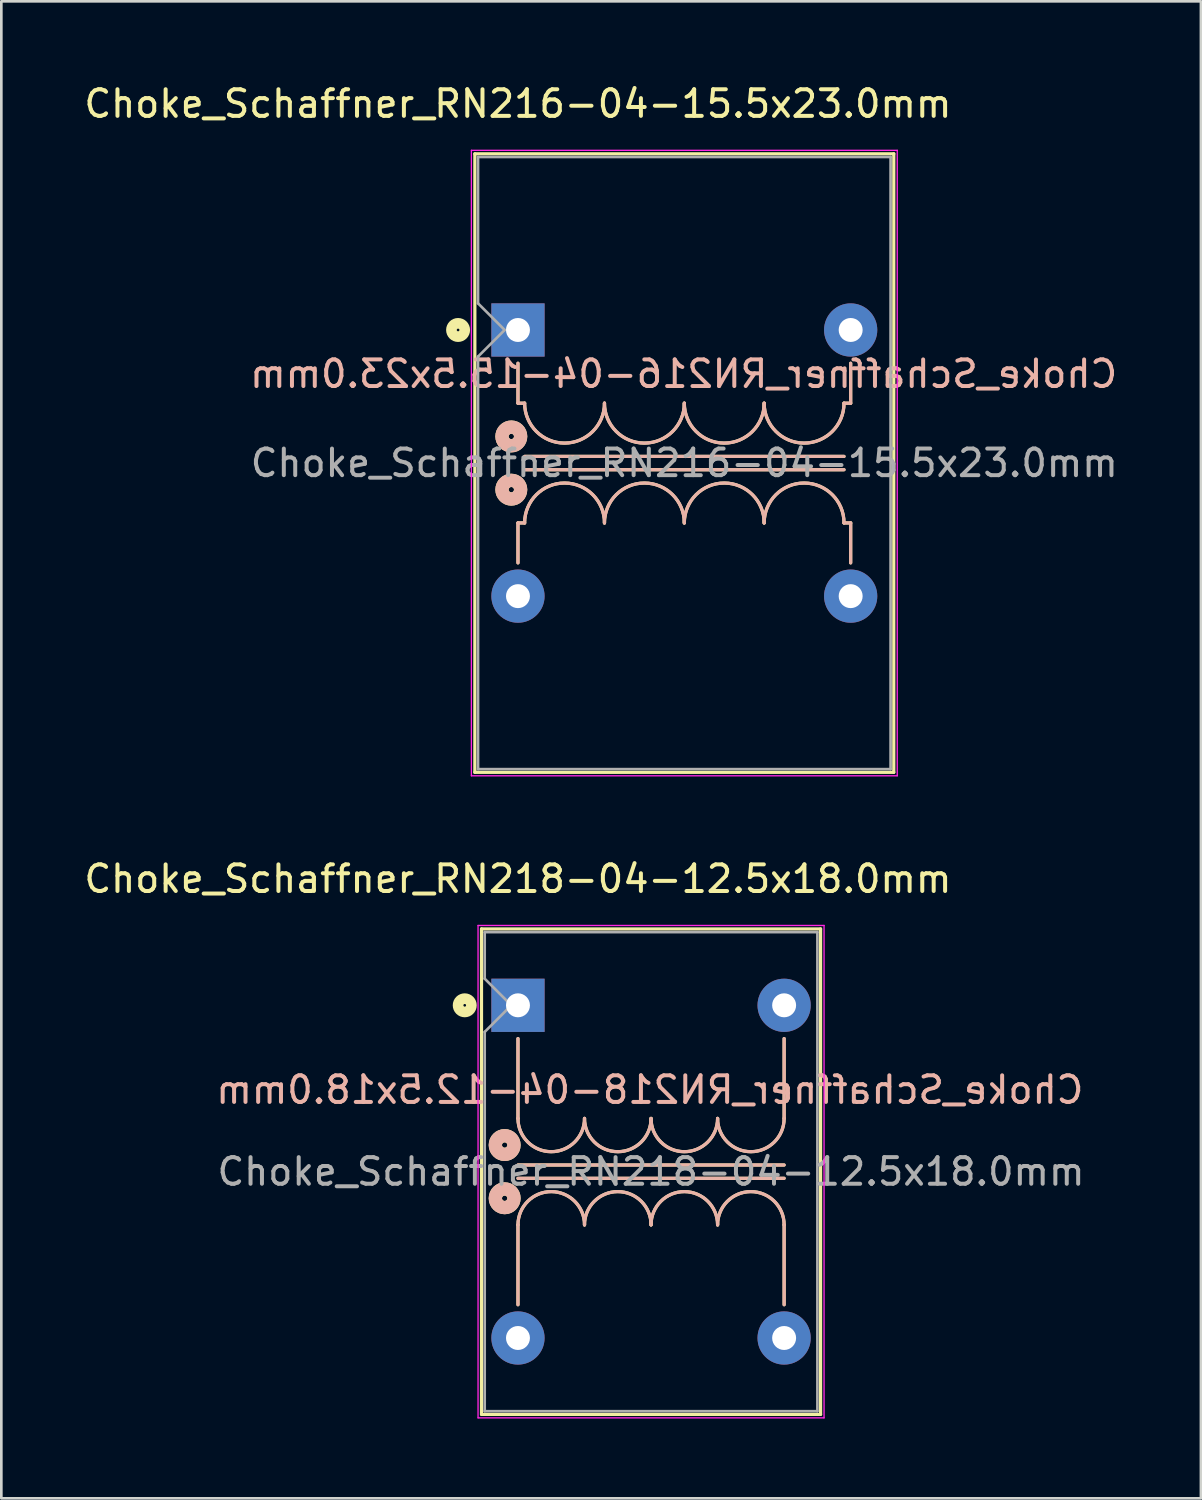
<source format=kicad_pcb>
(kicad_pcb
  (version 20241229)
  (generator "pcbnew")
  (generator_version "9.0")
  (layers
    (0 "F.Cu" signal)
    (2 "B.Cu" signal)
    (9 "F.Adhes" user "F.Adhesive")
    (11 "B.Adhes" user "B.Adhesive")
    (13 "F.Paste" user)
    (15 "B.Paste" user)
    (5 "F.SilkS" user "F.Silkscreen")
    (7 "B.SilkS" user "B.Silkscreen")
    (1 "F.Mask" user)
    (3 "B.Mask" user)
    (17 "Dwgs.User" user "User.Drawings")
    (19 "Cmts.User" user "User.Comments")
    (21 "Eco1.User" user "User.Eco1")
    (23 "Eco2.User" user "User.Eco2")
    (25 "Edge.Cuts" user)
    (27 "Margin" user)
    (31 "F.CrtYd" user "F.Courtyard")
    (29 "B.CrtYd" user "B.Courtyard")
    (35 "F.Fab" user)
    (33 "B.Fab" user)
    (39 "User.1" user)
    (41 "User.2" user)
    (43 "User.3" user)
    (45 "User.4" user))
  (footprint "Choke_Schaffner_RN218-04-12.5x18.0mm"
    (layer "F.Cu")
    (at 16.411 34.721)
    (property "Reference" "Choke_Schaffner_RN218-04-12.5x18.0mm" (at 0 -4.75 0) (layer "F.SilkS") (effects (font (size 1 1) (thickness 0.15))))
    (fp_line (start -1.37 -2.87) (end 11.37 -2.87) (stroke (width 0.12) (type solid)) (layer "F.SilkS"))
    (fp_line (start -1.37 15.37) (end -1.37 -2.87) (stroke (width 0.12) (type solid)) (layer "F.SilkS"))
    (fp_line (start 0 4.25) (end 0 1.25) (stroke (width 0.12) (type solid)) (layer "F.SilkS"))
    (fp_line (start 0 6.5) (end 10 6.5) (stroke (width 0.12) (type solid)) (layer "F.SilkS"))
    (fp_line (start 0 8.25) (end 0 11.25) (stroke (width 0.12) (type solid)) (layer "F.SilkS"))
    (fp_line (start 10 4.25) (end 10 1.25) (stroke (width 0.12) (type solid)) (layer "F.SilkS"))
    (fp_line (start 10 6) (end 0 6) (stroke (width 0.12) (type solid)) (layer "F.SilkS"))
    (fp_line (start 10 8.25) (end 10 11.25) (stroke (width 0.12) (type solid)) (layer "F.SilkS"))
    (fp_line (start 11.37 -2.87) (end 11.37 15.37) (stroke (width 0.12) (type solid)) (layer "F.SilkS"))
    (fp_line (start 11.37 15.37) (end -1.37 15.37) (stroke (width 0.12) (type solid)) (layer "F.SilkS"))
    (fp_arc (start 0 8.25) (mid 1.25 7) (end 2.5 8.25) (stroke (width 0.12) (type solid)) (layer "F.SilkS"))
    (fp_arc (start 2.5 4.25) (mid 1.25 5.5) (end 0 4.25) (stroke (width 0.12) (type solid)) (layer "F.SilkS"))
    (fp_arc (start 2.5 8.25) (mid 3.75 7) (end 5 8.25) (stroke (width 0.12) (type solid)) (layer "F.SilkS"))
    (fp_arc (start 5 4.25) (mid 3.75 5.5) (end 2.5 4.25) (stroke (width 0.12) (type solid)) (layer "F.SilkS"))
    (fp_arc (start 5 8.25) (mid 6.25 7) (end 7.5 8.25) (stroke (width 0.12) (type solid)) (layer "F.SilkS"))
    (fp_arc (start 7.5 4.25) (mid 6.25 5.5) (end 5 4.25) (stroke (width 0.12) (type solid)) (layer "F.SilkS"))
    (fp_arc (start 7.5 8.25) (mid 8.75 7) (end 10 8.25) (stroke (width 0.12) (type solid)) (layer "F.SilkS"))
    (fp_arc (start 10 4.25) (mid 8.75 5.5) (end 7.5 4.25) (stroke (width 0.12) (type solid)) (layer "F.SilkS"))
    (fp_circle (center -2 0) (end -1.95 0) (stroke (width 0.4) (type solid)) (fill no) (layer "F.SilkS"))
    (fp_circle (center -0.5 5.25) (end -0.4 5.25) (stroke (width 0.5) (type solid)) (fill no) (layer "F.SilkS"))
    (fp_circle (center -0.5 7.25) (end -0.4 7.25) (stroke (width 0.5) (type solid)) (fill no) (layer "F.SilkS"))
    (fp_line (start 0 4.25) (end 0 1.25) (stroke (width 0.12) (type solid)) (layer "B.SilkS"))
    (fp_line (start 0 6) (end 10 6) (stroke (width 0.12) (type solid)) (layer "B.SilkS"))
    (fp_line (start 0 8.25) (end 0 11.25) (stroke (width 0.12) (type solid)) (layer "B.SilkS"))
    (fp_line (start 10 4.25) (end 10 1.25) (stroke (width 0.12) (type solid)) (layer "B.SilkS"))
    (fp_line (start 10 6.5) (end 0 6.5) (stroke (width 0.12) (type solid)) (layer "B.SilkS"))
    (fp_line (start 10 8.25) (end 10 11.25) (stroke (width 0.12) (type solid)) (layer "B.SilkS"))
    (fp_arc (start 0 8.25) (mid 1.25 7) (end 2.5 8.25) (stroke (width 0.12) (type solid)) (layer "B.SilkS"))
    (fp_arc (start 2.5 4.25) (mid 1.25 5.5) (end 0 4.25) (stroke (width 0.12) (type solid)) (layer "B.SilkS"))
    (fp_arc (start 2.5 8.25) (mid 3.75 7) (end 5 8.25) (stroke (width 0.12) (type solid)) (layer "B.SilkS"))
    (fp_arc (start 5 4.25) (mid 3.75 5.5) (end 2.5 4.25) (stroke (width 0.12) (type solid)) (layer "B.SilkS"))
    (fp_arc (start 5 8.25) (mid 6.25 7) (end 7.5 8.25) (stroke (width 0.12) (type solid)) (layer "B.SilkS"))
    (fp_arc (start 7.5 4.25) (mid 6.25 5.5) (end 5 4.25) (stroke (width 0.12) (type solid)) (layer "B.SilkS"))
    (fp_arc (start 7.5 8.25) (mid 8.75 7) (end 10 8.25) (stroke (width 0.12) (type solid)) (layer "B.SilkS"))
    (fp_arc (start 10 4.25) (mid 8.75 5.5) (end 7.5 4.25) (stroke (width 0.12) (type solid)) (layer "B.SilkS"))
    (fp_circle (center -0.5 5.25) (end -0.4 5.25) (stroke (width 0.5) (type solid)) (fill no) (layer "B.SilkS"))
    (fp_circle (center -0.5 7.25) (end -0.4 7.25) (stroke (width 0.5) (type solid)) (fill no) (layer "B.SilkS"))
    (fp_line (start -1.5 -3) (end -1.5 15.5) (stroke (width 0.05) (type solid)) (layer "F.CrtYd"))
    (fp_line (start -1.5 15.5) (end 11.5 15.5) (stroke (width 0.05) (type solid)) (layer "F.CrtYd"))
    (fp_line (start 11.5 -3) (end -1.5 -3) (stroke (width 0.05) (type solid)) (layer "F.CrtYd"))
    (fp_line (start 11.5 15.5) (end 11.5 -3) (stroke (width 0.05) (type solid)) (layer "F.CrtYd"))
    (fp_line (start -1.25 -2.75) (end 11.25 -2.75) (stroke (width 0.1) (type solid)) (layer "F.Fab"))
    (fp_line (start -1.25 -1) (end -1.25 -2.75) (stroke (width 0.1) (type solid)) (layer "F.Fab"))
    (fp_line (start -1.25 1) (end -0.25 0) (stroke (width 0.1) (type solid)) (layer "F.Fab"))
    (fp_line (start -1.25 15.25) (end -1.25 1) (stroke (width 0.1) (type solid)) (layer "F.Fab"))
    (fp_line (start -0.25 0) (end -1.25 -1) (stroke (width 0.1) (type solid)) (layer "F.Fab"))
    (fp_line (start 11.25 -2.75) (end 11.25 15.25) (stroke (width 0.1) (type solid)) (layer "F.Fab"))
    (fp_line (start 11.25 15.25) (end -1.25 15.25) (stroke (width 0.1) (type solid)) (layer "F.Fab"))
    (fp_text user "${REFERENCE}" (at 4.953 3.175 0) (layer "B.SilkS") (effects (font (size 1 1) (thickness 0.15)) (justify mirror)))
    (fp_text user "${REFERENCE}" (at 5 6.25 0) (layer "F.Fab") (effects (font (size 1 1) (thickness 0.15))))
    (pad "1" thru_hole rect (at 0 0) (size 2 2) (drill 0.9) (layers "*.Cu" "*.Mask"))
    (pad "2" thru_hole circle (at 10 0) (size 2 2) (drill 0.9) (layers "*.Cu" "*.Mask"))
    (pad "3" thru_hole circle (at 0 12.5) (size 2 2) (drill 0.9) (layers "*.Cu" "*.Mask"))
    (pad "4" thru_hole circle (at 10 12.5) (size 2 2) (drill 0.9) (layers "*.Cu" "*.Mask")))
  (footprint "Choke_Schaffner_RN216-04-15.5x23.0mm"
    (layer "F.Cu")
    (at 16.411 9.348)
    (property "Reference" "Choke_Schaffner_RN216-04-15.5x23.0mm" (at 0 -8.5 0) (layer "F.SilkS") (effects (font (size 1 1) (thickness 0.15))))
    (fp_line (start -1.62 -6.62) (end 14.12 -6.62) (stroke (width 0.12) (type solid)) (layer "F.SilkS"))
    (fp_line (start -1.62 16.62) (end -1.62 -6.62) (stroke (width 0.12) (type solid)) (layer "F.SilkS"))
    (fp_line (start 0 2.75) (end 0 1.25) (stroke (width 0.12) (type solid)) (layer "F.SilkS"))
    (fp_line (start 0 7.25) (end 0 8.75) (stroke (width 0.12) (type solid)) (layer "F.SilkS"))
    (fp_line (start 0.25 2.75) (end 0 2.75) (stroke (width 0.12) (type solid)) (layer "F.SilkS"))
    (fp_line (start 0.25 5.25) (end 12.25 5.25) (stroke (width 0.12) (type solid)) (layer "F.SilkS"))
    (fp_line (start 0.25 7.25) (end 0 7.25) (stroke (width 0.12) (type solid)) (layer "F.SilkS"))
    (fp_line (start 12.25 2.75) (end 12.5 2.75) (stroke (width 0.12) (type solid)) (layer "F.SilkS"))
    (fp_line (start 12.25 4.75) (end 0.25 4.75) (stroke (width 0.12) (type solid)) (layer "F.SilkS"))
    (fp_line (start 12.25 7.25) (end 12.5 7.25) (stroke (width 0.12) (type solid)) (layer "F.SilkS"))
    (fp_line (start 12.5 2.75) (end 12.5 1.25) (stroke (width 0.12) (type solid)) (layer "F.SilkS"))
    (fp_line (start 12.5 7.25) (end 12.5 8.75) (stroke (width 0.12) (type solid)) (layer "F.SilkS"))
    (fp_line (start 14.12 -6.62) (end 14.12 16.62) (stroke (width 0.12) (type solid)) (layer "F.SilkS"))
    (fp_line (start 14.12 16.62) (end -1.62 16.62) (stroke (width 0.12) (type solid)) (layer "F.SilkS"))
    (fp_arc (start 0.25 7.25) (mid 1.75 5.75) (end 3.25 7.25) (stroke (width 0.12) (type solid)) (layer "F.SilkS"))
    (fp_arc (start 3.25 2.75) (mid 1.75 4.25) (end 0.25 2.75) (stroke (width 0.12) (type solid)) (layer "F.SilkS"))
    (fp_arc (start 3.25 7.25) (mid 4.75 5.75) (end 6.25 7.25) (stroke (width 0.12) (type solid)) (layer "F.SilkS"))
    (fp_arc (start 6.25 2.75) (mid 4.75 4.25) (end 3.25 2.75) (stroke (width 0.12) (type solid)) (layer "F.SilkS"))
    (fp_arc (start 6.25 7.25) (mid 7.75 5.75) (end 9.25 7.25) (stroke (width 0.12) (type solid)) (layer "F.SilkS"))
    (fp_arc (start 9.25 2.75) (mid 7.75 4.25) (end 6.25 2.75) (stroke (width 0.12) (type solid)) (layer "F.SilkS"))
    (fp_arc (start 9.25 7.25) (mid 10.75 5.75) (end 12.25 7.25) (stroke (width 0.12) (type solid)) (layer "F.SilkS"))
    (fp_arc (start 12.25 2.75) (mid 10.75 4.25) (end 9.25 2.75) (stroke (width 0.12) (type solid)) (layer "F.SilkS"))
    (fp_circle (center -2.25 0) (end -2.2 0) (stroke (width 0.4) (type solid)) (fill no) (layer "F.SilkS"))
    (fp_circle (center -0.25 4) (end -0.15 4) (stroke (width 0.5) (type solid)) (fill no) (layer "F.SilkS"))
    (fp_circle (center -0.25 6) (end -0.15 6) (stroke (width 0.5) (type solid)) (fill no) (layer "F.SilkS"))
    (fp_line (start 0 2.75) (end 0 1.25) (stroke (width 0.12) (type solid)) (layer "B.SilkS"))
    (fp_line (start 0 7.25) (end 0 8.75) (stroke (width 0.12) (type solid)) (layer "B.SilkS"))
    (fp_line (start 0.25 2.75) (end 0 2.75) (stroke (width 0.12) (type solid)) (layer "B.SilkS"))
    (fp_line (start 0.25 4.75) (end 12.25 4.75) (stroke (width 0.12) (type solid)) (layer "B.SilkS"))
    (fp_line (start 0.25 7.25) (end 0 7.25) (stroke (width 0.12) (type solid)) (layer "B.SilkS"))
    (fp_line (start 12.25 2.75) (end 12.5 2.75) (stroke (width 0.12) (type solid)) (layer "B.SilkS"))
    (fp_line (start 12.25 5.25) (end 0.25 5.25) (stroke (width 0.12) (type solid)) (layer "B.SilkS"))
    (fp_line (start 12.25 7.25) (end 12.5 7.25) (stroke (width 0.12) (type solid)) (layer "B.SilkS"))
    (fp_line (start 12.5 2.75) (end 12.5 1.25) (stroke (width 0.12) (type solid)) (layer "B.SilkS"))
    (fp_line (start 12.5 7.25) (end 12.5 8.75) (stroke (width 0.12) (type solid)) (layer "B.SilkS"))
    (fp_arc (start 0.25 7.25) (mid 1.75 5.75) (end 3.25 7.25) (stroke (width 0.12) (type solid)) (layer "B.SilkS"))
    (fp_arc (start 3.25 2.75) (mid 1.75 4.25) (end 0.25 2.75) (stroke (width 0.12) (type solid)) (layer "B.SilkS"))
    (fp_arc (start 3.25 7.25) (mid 4.75 5.75) (end 6.25 7.25) (stroke (width 0.12) (type solid)) (layer "B.SilkS"))
    (fp_arc (start 6.25 2.75) (mid 4.75 4.25) (end 3.25 2.75) (stroke (width 0.12) (type solid)) (layer "B.SilkS"))
    (fp_arc (start 6.25 7.25) (mid 7.75 5.75) (end 9.25 7.25) (stroke (width 0.12) (type solid)) (layer "B.SilkS"))
    (fp_arc (start 9.25 2.75) (mid 7.75 4.25) (end 6.25 2.75) (stroke (width 0.12) (type solid)) (layer "B.SilkS"))
    (fp_arc (start 9.25 7.25) (mid 10.75 5.75) (end 12.25 7.25) (stroke (width 0.12) (type solid)) (layer "B.SilkS"))
    (fp_arc (start 12.25 2.75) (mid 10.75 4.25) (end 9.25 2.75) (stroke (width 0.12) (type solid)) (layer "B.SilkS"))
    (fp_circle (center -0.25 4) (end -0.15 4) (stroke (width 0.5) (type solid)) (fill no) (layer "B.SilkS"))
    (fp_circle (center -0.25 6) (end -0.15 6) (stroke (width 0.5) (type solid)) (fill no) (layer "B.SilkS"))
    (fp_line (start -1.75 -6.75) (end -1.75 16.75) (stroke (width 0.05) (type solid)) (layer "F.CrtYd"))
    (fp_line (start -1.75 16.75) (end 14.25 16.75) (stroke (width 0.05) (type solid)) (layer "F.CrtYd"))
    (fp_line (start 14.25 -6.75) (end -1.75 -6.75) (stroke (width 0.05) (type solid)) (layer "F.CrtYd"))
    (fp_line (start 14.25 16.75) (end 14.25 -6.75) (stroke (width 0.05) (type solid)) (layer "F.CrtYd"))
    (fp_line (start -1.5 -6.5) (end 14 -6.5) (stroke (width 0.1) (type solid)) (layer "F.Fab"))
    (fp_line (start -1.5 -1) (end -1.5 -6.5) (stroke (width 0.1) (type solid)) (layer "F.Fab"))
    (fp_line (start -1.5 1) (end -0.5 0) (stroke (width 0.1) (type solid)) (layer "F.Fab"))
    (fp_line (start -1.5 16.5) (end -1.5 1) (stroke (width 0.1) (type solid)) (layer "F.Fab"))
    (fp_line (start -0.5 0) (end -1.5 -1) (stroke (width 0.1) (type solid)) (layer "F.Fab"))
    (fp_line (start 14 -6.5) (end 14 16.5) (stroke (width 0.1) (type solid)) (layer "F.Fab"))
    (fp_line (start 14 16.5) (end -1.5 16.5) (stroke (width 0.1) (type solid)) (layer "F.Fab"))
    (fp_text user "${REFERENCE}" (at 6.223 1.651 0) (layer "B.SilkS") (effects (font (size 1 1) (thickness 0.15)) (justify mirror)))
    (fp_text user "${REFERENCE}" (at 6.25 5 0) (layer "F.Fab") (effects (font (size 1 1) (thickness 0.15))))
    (pad "1" thru_hole rect (at 0 0) (size 2 2) (drill 0.9) (layers "*.Cu" "*.Mask"))
    (pad "2" thru_hole circle (at 12.5 0) (size 2 2) (drill 0.9) (layers "*.Cu" "*.Mask"))
    (pad "3" thru_hole circle (at 0 10) (size 2 2) (drill 0.9) (layers "*.Cu" "*.Mask"))
    (pad "4" thru_hole circle (at 12.5 10) (size 2 2) (drill 0.9) (layers "*.Cu" "*.Mask")))
  (gr_rect
    (start -3 -3)
    (end 42.071 53.246)
    (stroke (width 0.1) (type default))
    (fill no)
    (layer "Edge.Cuts")))
</source>
